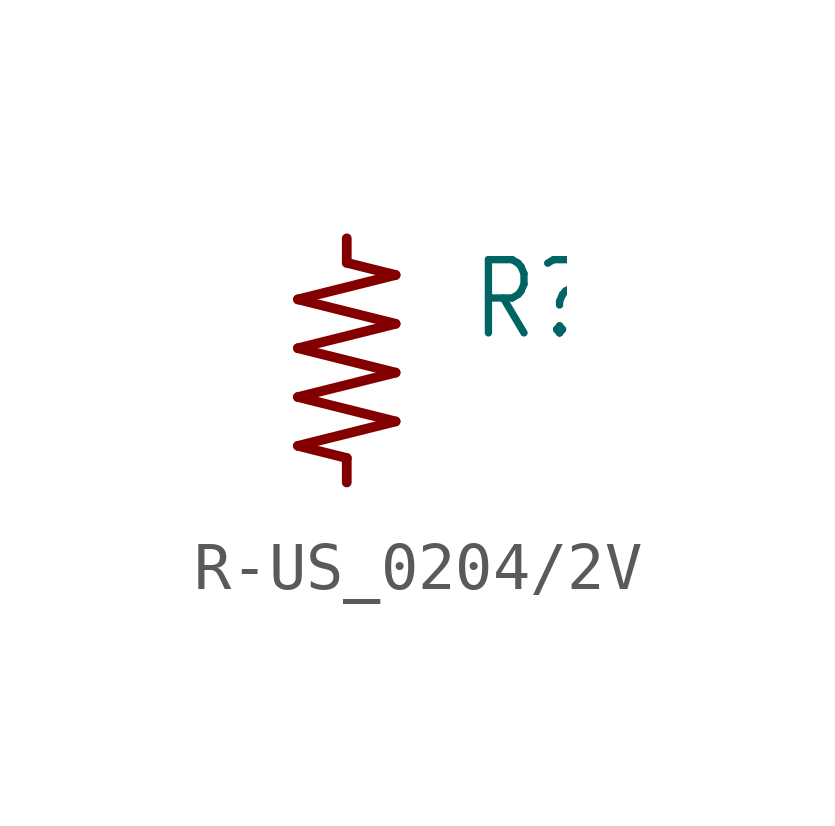
<source format=kicad_sym>
(kicad_symbol_lib
  (version 20220914)
  (generator kicad_symbol_editor)
  (symbol "R-US_0204/2V"
    (property "Reference" "R"
      (at 2.54 1.27 0)
      (effects (font (size 1.524 1.295)) (justify left)))
    (property "Value" ""
      (at 2.54 -1.27 0)
      (effects (font (size 1.524 1.295)) (justify left)))
    (property "ki_locked" ""
      (at 0 0 0)
      (effects (font (size 1.27 1.27))))
    (symbol "R-US_0204/2V_1_0"
      (polyline (pts (xy -1.016 -1.778) (xy 0 -2.032)) (stroke (width 0.203) (type solid)) (fill (type none)))
      (polyline (pts (xy -1.016 -0.762) (xy 1.016 -0.254)) (stroke (width 0.203) (type solid)) (fill (type none)))
      (polyline (pts (xy -1.016 0.254) (xy 1.016 0.762)) (stroke (width 0.203) (type solid)) (fill (type none)))
      (polyline (pts (xy -1.016 1.27) (xy 1.016 1.778)) (stroke (width 0.203) (type solid)) (fill (type none)))
      (polyline (pts (xy 0 -2.032) (xy 0 -2.54)) (stroke (width 0.203) (type solid)) (fill (type none)))
      (polyline (pts (xy 0 2.032) (xy 0 2.54)) (stroke (width 0.203) (type solid)) (fill (type none)))
      (polyline (pts (xy 1.016 -1.27) (xy -1.016 -1.778)) (stroke (width 0.203) (type solid)) (fill (type none)))
      (polyline (pts (xy 1.016 -1.27) (xy -1.016 -0.762)) (stroke (width 0.203) (type solid)) (fill (type none)))
      (polyline (pts (xy 1.016 -0.254) (xy -1.016 0.254)) (stroke (width 0.203) (type solid)) (fill (type none)))
      (polyline (pts (xy 1.016 0.762) (xy -1.016 1.27)) (stroke (width 0.203) (type solid)) (fill (type none)))
      (polyline (pts (xy 1.016 1.778) (xy 0 2.032)) (stroke (width 0.203) (type solid)) (fill (type none)))
      (pin passive line (at 0 -2.54 90) (length 0) (name "1" (effects (font (size 0 0)))) (number "1" (effects (font (size 0 0)))))
      (pin passive line (at 0 2.54 270) (length 0) (name "2" (effects (font (size 0 0)))) (number "2" (effects (font (size 0 0))))))))
</source>
